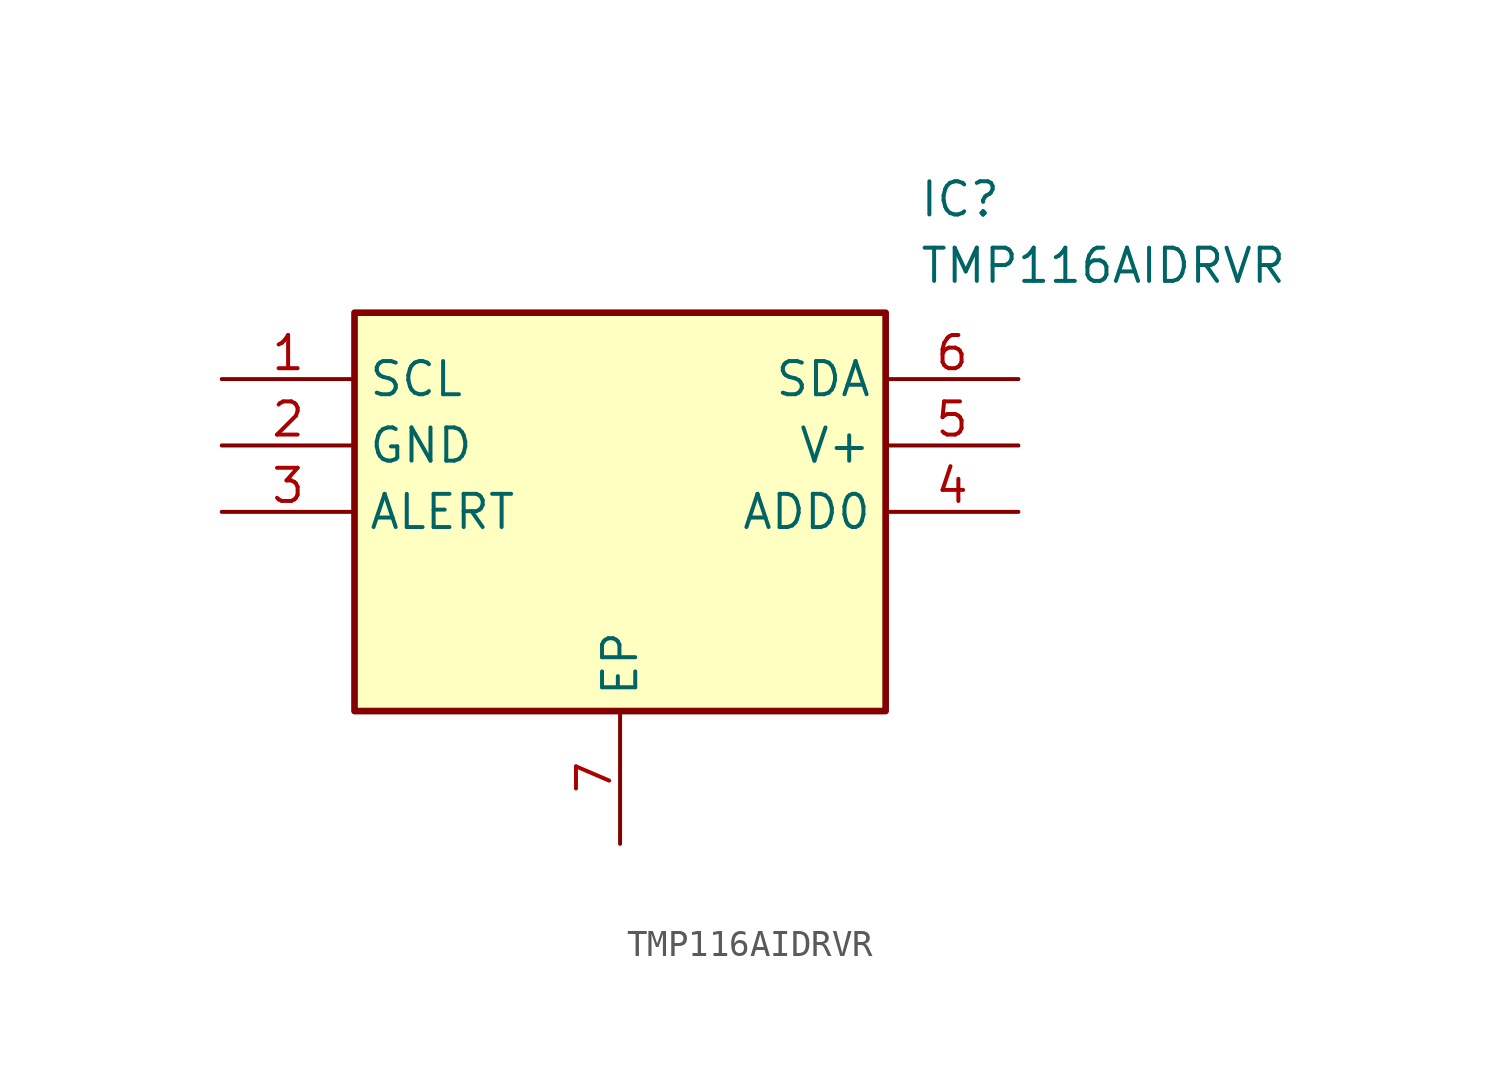
<source format=kicad_sym>
(kicad_symbol_lib
  (version 20211014)
  (generator SamacSys_ECAD_Model)
  (symbol "TMP116AIDRVR"
    (property "Reference" "IC"
      (at 26.67 7.62 0)
      (effects (font (size 1.27 1.27)) (justify left top)))
    (property "Value" "TMP116AIDRVR"
      (at 26.67 5.08 0)
      (effects (font (size 1.27 1.27)) (justify left top)))
    (rectangle
      (start 5.08 2.54)
      (end 25.4 -12.7)
      (stroke (width 0.254) (type default))
      (fill (type background)))
    (pin passive line
      (at 0 0 0)
      (length 5.08)
      (name "SCL" (effects (font (size 1.27 1.27))))
      (number "1" (effects (font (size 1.27 1.27)))))
    (pin passive line
      (at 0 -2.54 0)
      (length 5.08)
      (name "GND" (effects (font (size 1.27 1.27))))
      (number "2" (effects (font (size 1.27 1.27)))))
    (pin passive line
      (at 0 -5.08 0)
      (length 5.08)
      (name "ALERT" (effects (font (size 1.27 1.27))))
      (number "3" (effects (font (size 1.27 1.27)))))
    (pin passive line
      (at 15.24 -17.78 90)
      (length 5.08)
      (name "EP" (effects (font (size 1.27 1.27))))
      (number "7" (effects (font (size 1.27 1.27)))))
    (pin passive line
      (at 30.48 0 180)
      (length 5.08)
      (name "SDA" (effects (font (size 1.27 1.27))))
      (number "6" (effects (font (size 1.27 1.27)))))
    (pin passive line
      (at 30.48 -2.54 180)
      (length 5.08)
      (name "V+" (effects (font (size 1.27 1.27))))
      (number "5" (effects (font (size 1.27 1.27)))))
    (pin passive line
      (at 30.48 -5.08 180)
      (length 5.08)
      (name "ADD0" (effects (font (size 1.27 1.27))))
      (number "4" (effects (font (size 1.27 1.27)))))))
</source>
